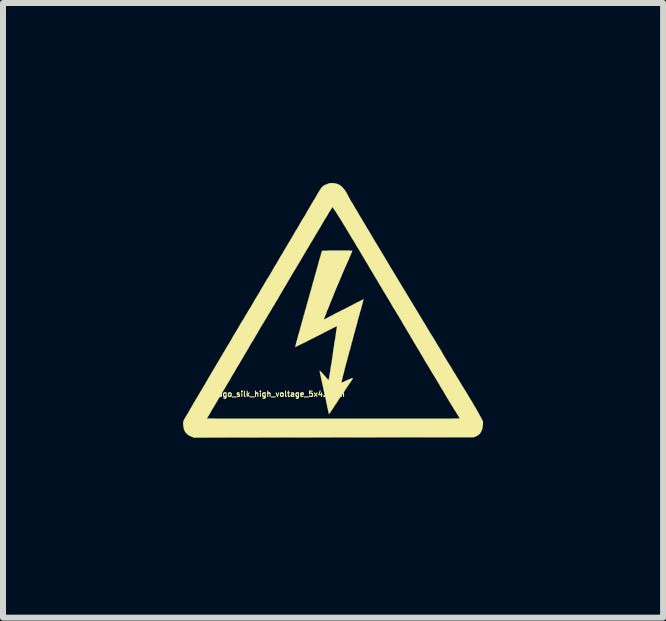
<source format=kicad_pcb>
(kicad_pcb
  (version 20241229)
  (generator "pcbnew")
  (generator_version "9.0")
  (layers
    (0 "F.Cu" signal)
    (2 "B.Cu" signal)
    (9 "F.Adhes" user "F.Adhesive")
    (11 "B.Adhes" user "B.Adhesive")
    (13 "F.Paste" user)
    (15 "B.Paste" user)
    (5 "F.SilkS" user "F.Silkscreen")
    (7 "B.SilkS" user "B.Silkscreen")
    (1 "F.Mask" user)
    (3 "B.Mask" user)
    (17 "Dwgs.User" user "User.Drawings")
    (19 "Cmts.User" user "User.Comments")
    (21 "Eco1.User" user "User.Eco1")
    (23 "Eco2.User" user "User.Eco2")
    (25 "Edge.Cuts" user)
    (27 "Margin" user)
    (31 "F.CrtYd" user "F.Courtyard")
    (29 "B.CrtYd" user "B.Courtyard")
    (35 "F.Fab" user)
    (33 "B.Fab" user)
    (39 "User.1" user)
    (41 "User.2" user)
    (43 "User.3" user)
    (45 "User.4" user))
  (footprint "Logo_silk_high_voltage_5x4.2mm"
    (layer "F.Cu")
    (at 2.501 2.117)
    (property "Reference" "Logo_silk_high_voltage_5x4.2mm" (at -0.9 1.4 0) (layer "F.SilkS") (effects (font (size 0.089 0.089) (thickness 0.018))))
    (attr through_hole)
    (fp_poly (pts (xy 0.508 -0.178) (xy 0.505 -0.173) (xy 0.503 -0.16) (xy 0.498 -0.142) (xy 0.493 -0.119) (xy 0.493 -0.114) (xy 0.483 -0.084) (xy 0.475 -0.051) (xy 0.465 -0.013) (xy 0.455 0.018) (xy 0.455 0.02) (xy 0.447 0.043) (xy 0.442 0.066) (xy 0.437 0.086) (xy 0.429 0.109) (xy 0.422 0.135) (xy 0.414 0.165) (xy 0.406 0.201) (xy 0.394 0.241) (xy 0.381 0.292) (xy 0.378 0.295) (xy 0.366 0.348) (xy 0.353 0.391) (xy 0.343 0.429) (xy 0.335 0.46) (xy 0.328 0.49) (xy 0.32 0.516) (xy 0.312 0.541) (xy 0.305 0.566) (xy 0.305 0.572) (xy 0.297 0.602) (xy 0.29 0.63) (xy 0.282 0.658) (xy 0.277 0.678) (xy 0.274 0.683) (xy 0.254 0.757) (xy 0.236 0.828) (xy 0.218 0.894) (xy 0.201 0.955) (xy 0.188 1.011) (xy 0.175 1.062) (xy 0.163 1.105) (xy 0.155 1.143) (xy 0.147 1.173) (xy 0.142 1.194) (xy 0.142 1.206) (xy 0.142 1.209) (xy 0.147 1.209) (xy 0.16 1.204) (xy 0.18 1.194) (xy 0.203 1.184) (xy 0.226 1.173) (xy 0.259 1.158) (xy 0.284 1.148) (xy 0.302 1.14) (xy 0.315 1.135) (xy 0.325 1.135) (xy 0.328 1.135) (xy 0.33 1.135) (xy 0.33 1.138) (xy 0.328 1.14) (xy 0.325 1.146) (xy 0.32 1.153) (xy 0.315 1.166) (xy 0.305 1.181) (xy 0.29 1.201) (xy 0.272 1.229) (xy 0.251 1.26) (xy 0.224 1.3) (xy 0.193 1.346) (xy 0.188 1.356) (xy 0.16 1.397) (xy 0.13 1.44) (xy 0.099 1.486) (xy 0.071 1.529) (xy 0.046 1.567) (xy 0.02 1.603) (xy 0.015 1.613) (xy -0.008 1.648) (xy -0.025 1.676) (xy -0.041 1.697) (xy -0.051 1.712) (xy -0.058 1.722) (xy -0.064 1.727) (xy -0.069 1.73) (xy -0.071 1.727) (xy -0.074 1.72) (xy -0.076 1.704) (xy -0.081 1.684) (xy -0.086 1.659) (xy -0.089 1.641) (xy -0.097 1.615) (xy -0.102 1.582) (xy -0.112 1.542) (xy -0.119 1.499) (xy -0.13 1.453) (xy -0.14 1.407) (xy -0.145 1.389) (xy -0.155 1.341) (xy -0.165 1.293) (xy -0.175 1.245) (xy -0.185 1.201) (xy -0.193 1.161) (xy -0.201 1.128) (xy -0.206 1.102) (xy -0.208 1.097) (xy -0.213 1.069) (xy -0.218 1.046) (xy -0.221 1.026) (xy -0.224 1.016) (xy -0.224 1.013) (xy -0.218 1.013) (xy -0.213 1.016) (xy -0.203 1.026) (xy -0.191 1.041) (xy -0.17 1.062) (xy -0.147 1.087) (xy -0.122 1.118) (xy -0.104 1.138) (xy -0.089 1.153) (xy -0.081 1.161) (xy -0.074 1.166) (xy -0.071 1.166) (xy -0.071 1.161) (xy -0.069 1.146) (xy -0.066 1.125) (xy -0.061 1.1) (xy -0.056 1.069) (xy -0.056 1.062) (xy -0.048 1.024) (xy -0.043 0.98) (xy -0.036 0.94) (xy -0.03 0.904) (xy -0.025 0.879) (xy -0.02 0.846) (xy -0.015 0.805) (xy -0.008 0.765) (xy -0.003 0.724) (xy 0 0.704) (xy 0.005 0.663) (xy 0.013 0.62) (xy 0.018 0.574) (xy 0.025 0.531) (xy 0.028 0.513) (xy 0.036 0.475) (xy 0.041 0.437) (xy 0.046 0.399) (xy 0.051 0.366) (xy 0.053 0.348) (xy 0.058 0.323) (xy 0.061 0.3) (xy 0.064 0.284) (xy 0.066 0.277) (xy 0.066 0.274) (xy 0.066 0.272) (xy 0.061 0.272) (xy 0.056 0.274) (xy 0.043 0.279) (xy 0.025 0.287) (xy 0.003 0.297) (xy -0.025 0.312) (xy -0.064 0.333) (xy -0.086 0.343) (xy -0.178 0.391) (xy -0.262 0.434) (xy -0.338 0.472) (xy -0.404 0.505) (xy -0.462 0.536) (xy -0.511 0.559) (xy -0.551 0.579) (xy -0.584 0.594) (xy -0.607 0.607) (xy -0.622 0.612) (xy -0.63 0.615) (xy -0.63 0.607) (xy -0.625 0.592) (xy -0.62 0.569) (xy -0.612 0.538) (xy -0.602 0.505) (xy -0.592 0.467) (xy -0.582 0.427) (xy -0.569 0.384) (xy -0.559 0.351) (xy -0.551 0.318) (xy -0.541 0.284) (xy -0.533 0.254) (xy -0.526 0.229) (xy -0.523 0.213) (xy -0.516 0.193) (xy -0.508 0.165) (xy -0.5 0.135) (xy -0.493 0.107) (xy -0.483 0.074) (xy -0.472 0.038) (xy -0.465 0.005) (xy -0.457 -0.015) (xy -0.45 -0.041) (xy -0.442 -0.074) (xy -0.432 -0.109) (xy -0.422 -0.145) (xy -0.414 -0.17) (xy -0.406 -0.201) (xy -0.396 -0.234) (xy -0.389 -0.264) (xy -0.381 -0.29) (xy -0.376 -0.305) (xy -0.373 -0.318) (xy -0.366 -0.34) (xy -0.358 -0.371) (xy -0.348 -0.406) (xy -0.338 -0.445) (xy -0.325 -0.488) (xy -0.312 -0.533) (xy -0.307 -0.554) (xy -0.292 -0.605) (xy -0.279 -0.655) (xy -0.264 -0.706) (xy -0.251 -0.754) (xy -0.239 -0.798) (xy -0.229 -0.838) (xy -0.218 -0.869) (xy -0.218 -0.874) (xy -0.208 -0.904) (xy -0.201 -0.932) (xy -0.193 -0.958) (xy -0.188 -0.975) (xy -0.183 -0.986) (xy -0.175 -0.988) (xy -0.163 -0.988) (xy -0.14 -0.988) (xy -0.109 -0.988) (xy -0.076 -0.991) (xy -0.038 -0.991) (xy 0 -0.991) (xy 0.043 -0.991) (xy 0.086 -0.991) (xy 0.132 -0.991) (xy 0.173 -0.991) (xy 0.211 -0.991) (xy 0.246 -0.991) (xy 0.274 -0.991) (xy 0.297 -0.988) (xy 0.312 -0.988) (xy 0.32 -0.988) (xy 0.32 -0.983) (xy 0.315 -0.97) (xy 0.307 -0.953) (xy 0.3 -0.935) (xy 0.251 -0.82) (xy 0.201 -0.709) (xy 0.155 -0.602) (xy 0.112 -0.498) (xy 0.069 -0.399) (xy 0.03 -0.307) (xy -0.003 -0.221) (xy -0.036 -0.142) (xy -0.064 -0.071) (xy -0.089 -0.008) (xy -0.097 0.005) (xy -0.109 0.038) (xy -0.119 0.069) (xy -0.13 0.094) (xy -0.137 0.114) (xy -0.145 0.13) (xy -0.145 0.132) (xy -0.15 0.145) (xy -0.152 0.155) (xy -0.152 0.157) (xy -0.147 0.155) (xy -0.135 0.15) (xy -0.114 0.14) (xy -0.086 0.124) (xy -0.051 0.107) (xy -0.01 0.086) (xy 0.033 0.061) (xy 0.084 0.036) (xy 0.14 0.008) (xy 0.201 -0.023) (xy 0.211 -0.028) (xy 0.259 -0.053) (xy 0.305 -0.076) (xy 0.348 -0.099) (xy 0.386 -0.119) (xy 0.422 -0.137) (xy 0.452 -0.152) (xy 0.478 -0.165) (xy 0.495 -0.173) (xy 0.505 -0.178) (xy 0.508 -0.178)) (stroke (width 0.003) (type solid)) (fill yes) (layer "F.SilkS"))
    (fp_poly (pts (xy 2.499 1.859) (xy 2.497 1.91) (xy 2.492 1.958) (xy 2.479 2.004) (xy 2.459 2.042) (xy 2.449 2.057) (xy 2.436 2.07) (xy 2.423 2.083) (xy 2.405 2.093) (xy 2.388 2.103) (xy 2.344 2.121) (xy 2.111 2.121) (xy 2.111 1.803) (xy 2.106 1.796) (xy 2.098 1.783) (xy 2.088 1.765) (xy 2.073 1.742) (xy 2.065 1.73) (xy 2.055 1.714) (xy 2.05 1.704) (xy 2.042 1.692) (xy 2.035 1.681) (xy 2.027 1.671) (xy 2.019 1.659) (xy 2.012 1.646) (xy 2.002 1.628) (xy 1.989 1.608) (xy 1.976 1.585) (xy 1.958 1.557) (xy 1.938 1.524) (xy 1.915 1.486) (xy 1.887 1.44) (xy 1.857 1.387) (xy 1.824 1.331) (xy 1.793 1.283) (xy 1.768 1.237) (xy 1.742 1.196) (xy 1.72 1.158) (xy 1.699 1.123) (xy 1.681 1.095) (xy 1.669 1.074) (xy 1.659 1.059) (xy 1.654 1.052) (xy 1.648 1.041) (xy 1.638 1.024) (xy 1.626 1.003) (xy 1.61 0.975) (xy 1.593 0.947) (xy 1.585 0.932) (xy 1.562 0.897) (xy 1.539 0.859) (xy 1.514 0.818) (xy 1.494 0.78) (xy 1.473 0.747) (xy 1.473 0.744) (xy 1.453 0.714) (xy 1.435 0.681) (xy 1.417 0.65) (xy 1.4 0.625) (xy 1.389 0.605) (xy 1.377 0.584) (xy 1.359 0.556) (xy 1.341 0.526) (xy 1.323 0.493) (xy 1.303 0.46) (xy 1.283 0.424) (xy 1.26 0.386) (xy 1.234 0.343) (xy 1.209 0.302) (xy 1.189 0.267) (xy 1.168 0.234) (xy 1.146 0.193) (xy 1.12 0.15) (xy 1.095 0.107) (xy 1.069 0.066) (xy 1.059 0.048) (xy 1.036 0.01) (xy 1.011 -0.028) (xy 0.986 -0.071) (xy 0.963 -0.112) (xy 0.94 -0.15) (xy 0.932 -0.165) (xy 0.914 -0.193) (xy 0.897 -0.221) (xy 0.884 -0.244) (xy 0.871 -0.264) (xy 0.864 -0.277) (xy 0.864 -0.279) (xy 0.856 -0.29) (xy 0.846 -0.307) (xy 0.833 -0.328) (xy 0.818 -0.353) (xy 0.808 -0.371) (xy 0.792 -0.399) (xy 0.777 -0.422) (xy 0.765 -0.442) (xy 0.757 -0.457) (xy 0.752 -0.465) (xy 0.747 -0.475) (xy 0.737 -0.49) (xy 0.724 -0.513) (xy 0.709 -0.538) (xy 0.691 -0.566) (xy 0.683 -0.579) (xy 0.663 -0.615) (xy 0.638 -0.655) (xy 0.612 -0.699) (xy 0.587 -0.742) (xy 0.566 -0.78) (xy 0.564 -0.78) (xy 0.546 -0.81) (xy 0.528 -0.841) (xy 0.513 -0.866) (xy 0.5 -0.889) (xy 0.49 -0.904) (xy 0.488 -0.909) (xy 0.478 -0.925) (xy 0.465 -0.947) (xy 0.447 -0.978) (xy 0.427 -1.013) (xy 0.401 -1.052) (xy 0.376 -1.097) (xy 0.348 -1.143) (xy 0.318 -1.191) (xy 0.287 -1.242) (xy 0.259 -1.29) (xy 0.229 -1.339) (xy 0.201 -1.387) (xy 0.173 -1.43) (xy 0.15 -1.471) (xy 0.127 -1.506) (xy 0.109 -1.537) (xy 0.107 -1.539) (xy 0.086 -1.572) (xy 0.066 -1.603) (xy 0.048 -1.633) (xy 0.03 -1.659) (xy 0.013 -1.681) (xy 0.003 -1.699) (xy -0.005 -1.712) (xy -0.01 -1.717) (xy -0.013 -1.712) (xy -0.02 -1.699) (xy -0.033 -1.681) (xy -0.051 -1.654) (xy -0.071 -1.621) (xy -0.094 -1.58) (xy -0.122 -1.534) (xy -0.152 -1.486) (xy -0.185 -1.43) (xy -0.218 -1.372) (xy -0.257 -1.308) (xy -0.295 -1.245) (xy -0.335 -1.176) (xy -0.356 -1.14) (xy -0.363 -1.13) (xy -0.376 -1.11) (xy -0.389 -1.087) (xy -0.406 -1.057) (xy -0.424 -1.026) (xy -0.445 -0.993) (xy -0.528 -0.851) (xy -0.61 -0.714) (xy -0.688 -0.584) (xy -0.762 -0.457) (xy -0.836 -0.333) (xy -0.907 -0.211) (xy -0.927 -0.175) (xy -0.947 -0.145) (xy -0.965 -0.114) (xy -0.98 -0.086) (xy -0.996 -0.064) (xy -1.006 -0.046) (xy -1.008 -0.041) (xy -1.016 -0.028) (xy -1.029 -0.005) (xy -1.044 0.018) (xy -1.062 0.048) (xy -1.082 0.081) (xy -1.095 0.104) (xy -1.115 0.137) (xy -1.133 0.168) (xy -1.151 0.198) (xy -1.166 0.224) (xy -1.179 0.241) (xy -1.184 0.251) (xy -1.194 0.269) (xy -1.209 0.292) (xy -1.224 0.32) (xy -1.24 0.345) (xy -1.242 0.351) (xy -1.265 0.391) (xy -1.29 0.432) (xy -1.313 0.472) (xy -1.336 0.513) (xy -1.359 0.546) (xy -1.374 0.574) (xy -1.382 0.584) (xy -1.394 0.607) (xy -1.407 0.63) (xy -1.417 0.648) (xy -1.42 0.65) (xy -1.425 0.663) (xy -1.438 0.683) (xy -1.455 0.711) (xy -1.476 0.747) (xy -1.501 0.79) (xy -1.532 0.841) (xy -1.565 0.899) (xy -1.603 0.96) (xy -1.643 1.031) (xy -1.689 1.105) (xy -1.689 1.107) (xy -1.712 1.148) (xy -1.737 1.189) (xy -1.763 1.232) (xy -1.786 1.273) (xy -1.808 1.311) (xy -1.821 1.331) (xy -1.841 1.364) (xy -1.859 1.397) (xy -1.88 1.43) (xy -1.895 1.458) (xy -1.91 1.481) (xy -1.913 1.483) (xy -1.925 1.509) (xy -1.941 1.532) (xy -1.951 1.552) (xy -1.961 1.567) (xy -1.981 1.603) (xy -2.002 1.636) (xy -2.022 1.671) (xy -2.04 1.704) (xy -2.057 1.732) (xy -2.073 1.758) (xy -2.085 1.778) (xy -2.093 1.793) (xy -2.098 1.798) (xy -2.103 1.806) (xy -2.103 1.808) (xy -2.098 1.808) (xy -2.083 1.808) (xy -2.06 1.808) (xy -2.027 1.808) (xy -1.984 1.808) (xy -1.933 1.811) (xy -1.877 1.811) (xy -1.811 1.811) (xy -1.737 1.811) (xy -1.656 1.811) (xy -1.57 1.811) (xy -1.476 1.811) (xy -1.377 1.811) (xy -1.27 1.811) (xy -1.158 1.811) (xy -1.044 1.811) (xy -0.922 1.811) (xy -0.798 1.811) (xy -0.668 1.811) (xy -0.536 1.811) (xy -0.399 1.811) (xy -0.259 1.811) (xy -0.114 1.811) (xy 0.005 1.811) (xy 0.178 1.811) (xy 0.343 1.811) (xy 0.495 1.811) (xy 0.64 1.811) (xy 0.777 1.811) (xy 0.904 1.811) (xy 1.024 1.811) (xy 1.135 1.811) (xy 1.24 1.811) (xy 1.336 1.811) (xy 1.425 1.811) (xy 1.506 1.811) (xy 1.582 1.811) (xy 1.651 1.811) (xy 1.712 1.811) (xy 1.77 1.811) (xy 1.821 1.811) (xy 1.867 1.811) (xy 1.908 1.811) (xy 1.943 1.811) (xy 1.976 1.811) (xy 2.004 1.808) (xy 2.027 1.808) (xy 2.047 1.808) (xy 2.062 1.808) (xy 2.078 1.808) (xy 2.088 1.808) (xy 2.095 1.806) (xy 2.103 1.806) (xy 2.106 1.806) (xy 2.108 1.806) (xy 2.111 1.803) (xy 2.111 2.121) (xy 0.01 2.123) (xy -2.322 2.126) (xy -2.365 2.108) (xy -2.408 2.088) (xy -2.441 2.06) (xy -2.466 2.029) (xy -2.484 1.991) (xy -2.494 1.946) (xy -2.499 1.9) (xy -2.499 1.885) (xy -2.497 1.875) (xy -2.497 1.864) (xy -2.494 1.852) (xy -2.489 1.839) (xy -2.482 1.824) (xy -2.469 1.803) (xy -2.456 1.778) (xy -2.436 1.748) (xy -2.426 1.73) (xy -2.41 1.702) (xy -2.393 1.674) (xy -2.38 1.648) (xy -2.367 1.631) (xy -2.36 1.618) (xy -2.352 1.6) (xy -2.337 1.577) (xy -2.322 1.549) (xy -2.304 1.519) (xy -2.283 1.483) (xy -2.263 1.45) (xy -2.243 1.417) (xy -2.24 1.412) (xy -2.228 1.392) (xy -2.215 1.369) (xy -2.197 1.341) (xy -2.179 1.311) (xy -2.162 1.28) (xy -2.141 1.247) (xy -2.118 1.206) (xy -2.095 1.166) (xy -2.073 1.128) (xy -2.057 1.102) (xy -2.04 1.072) (xy -2.019 1.036) (xy -1.999 1.003) (xy -1.981 0.973) (xy -1.968 0.95) (xy -1.953 0.925) (xy -1.935 0.894) (xy -1.915 0.861) (xy -1.895 0.828) (xy -1.877 0.795) (xy -1.857 0.765) (xy -1.839 0.732) (xy -1.819 0.699) (xy -1.803 0.673) (xy -1.791 0.65) (xy -1.783 0.638) (xy -1.775 0.625) (xy -1.765 0.607) (xy -1.755 0.589) (xy -1.74 0.569) (xy -1.725 0.541) (xy -1.707 0.511) (xy -1.687 0.478) (xy -1.664 0.434) (xy -1.636 0.389) (xy -1.603 0.335) (xy -1.567 0.274) (xy -1.527 0.203) (xy -1.524 0.201) (xy -1.501 0.163) (xy -1.478 0.127) (xy -1.458 0.089) (xy -1.438 0.058) (xy -1.422 0.03) (xy -1.41 0.008) (xy -1.405 0) (xy -1.394 -0.015) (xy -1.379 -0.038) (xy -1.361 -0.069) (xy -1.341 -0.104) (xy -1.321 -0.14) (xy -1.298 -0.18) (xy -1.278 -0.213) (xy -1.234 -0.284) (xy -1.196 -0.351) (xy -1.158 -0.414) (xy -1.123 -0.475) (xy -1.09 -0.528) (xy -1.059 -0.579) (xy -1.034 -0.622) (xy -1.013 -0.655) (xy -1.003 -0.676) (xy -0.993 -0.691) (xy -0.98 -0.716) (xy -0.963 -0.744) (xy -0.94 -0.78) (xy -0.917 -0.82) (xy -0.894 -0.861) (xy -0.869 -0.904) (xy -0.848 -0.935) (xy -0.823 -0.98) (xy -0.795 -1.026) (xy -0.77 -1.069) (xy -0.744 -1.113) (xy -0.721 -1.151) (xy -0.701 -1.184) (xy -0.686 -1.212) (xy -0.678 -1.224) (xy -0.66 -1.255) (xy -0.64 -1.29) (xy -0.62 -1.326) (xy -0.599 -1.356) (xy -0.589 -1.374) (xy -0.574 -1.4) (xy -0.556 -1.433) (xy -0.536 -1.466) (xy -0.516 -1.501) (xy -0.5 -1.527) (xy -0.462 -1.587) (xy -0.432 -1.643) (xy -0.401 -1.694) (xy -0.376 -1.737) (xy -0.356 -1.773) (xy -0.338 -1.801) (xy -0.328 -1.821) (xy -0.32 -1.831) (xy -0.312 -1.844) (xy -0.3 -1.864) (xy -0.287 -1.887) (xy -0.272 -1.913) (xy -0.269 -1.918) (xy -0.246 -1.958) (xy -0.226 -1.989) (xy -0.211 -2.014) (xy -0.196 -2.035) (xy -0.183 -2.05) (xy -0.17 -2.062) (xy -0.155 -2.073) (xy -0.14 -2.083) (xy -0.122 -2.09) (xy -0.099 -2.098) (xy -0.097 -2.101) (xy -0.074 -2.108) (xy -0.058 -2.113) (xy -0.043 -2.116) (xy -0.028 -2.116) (xy -0.005 -2.116) (xy 0.036 -2.111) (xy 0.074 -2.101) (xy 0.112 -2.083) (xy 0.145 -2.057) (xy 0.175 -2.024) (xy 0.206 -1.984) (xy 0.236 -1.933) (xy 0.251 -1.902) (xy 0.259 -1.89) (xy 0.269 -1.869) (xy 0.284 -1.841) (xy 0.302 -1.811) (xy 0.325 -1.775) (xy 0.348 -1.735) (xy 0.371 -1.694) (xy 0.396 -1.654) (xy 0.422 -1.61) (xy 0.445 -1.57) (xy 0.467 -1.534) (xy 0.475 -1.521) (xy 0.488 -1.499) (xy 0.503 -1.473) (xy 0.521 -1.443) (xy 0.541 -1.41) (xy 0.561 -1.377) (xy 0.561 -1.374) (xy 0.589 -1.331) (xy 0.62 -1.278) (xy 0.655 -1.219) (xy 0.693 -1.153) (xy 0.739 -1.079) (xy 0.787 -0.998) (xy 0.838 -0.914) (xy 0.892 -0.823) (xy 0.95 -0.726) (xy 1.011 -0.625) (xy 1.074 -0.521) (xy 1.14 -0.411) (xy 1.209 -0.297) (xy 1.278 -0.183) (xy 1.349 -0.066) (xy 1.42 0.051) (xy 1.438 0.081) (xy 1.471 0.135) (xy 1.504 0.191) (xy 1.542 0.251) (xy 1.577 0.312) (xy 1.615 0.376) (xy 1.654 0.437) (xy 1.692 0.498) (xy 1.725 0.556) (xy 1.758 0.61) (xy 1.788 0.658) (xy 1.814 0.701) (xy 1.826 0.726) (xy 1.869 0.798) (xy 1.908 0.861) (xy 1.943 0.917) (xy 1.976 0.97) (xy 2.004 1.021) (xy 2.035 1.067) (xy 2.062 1.113) (xy 2.09 1.158) (xy 2.118 1.206) (xy 2.146 1.252) (xy 2.197 1.333) (xy 2.243 1.41) (xy 2.283 1.476) (xy 2.322 1.539) (xy 2.352 1.593) (xy 2.383 1.643) (xy 2.408 1.689) (xy 2.431 1.73) (xy 2.451 1.768) (xy 2.469 1.798) (xy 2.499 1.859)) (stroke (width 0.003) (type solid)) (fill yes) (layer "F.SilkS")))
  (gr_rect
    (start -3 -3)
    (end 8.001 7.244)
    (stroke (width 0.1) (type default))
    (fill no)
    (layer "Edge.Cuts")))
</source>
